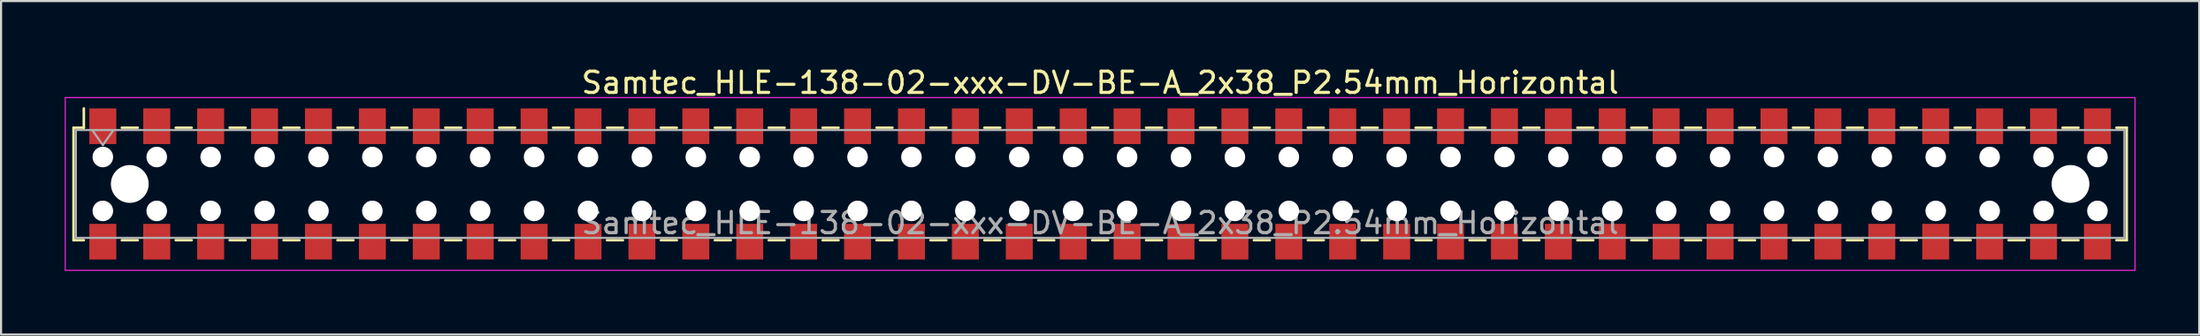
<source format=kicad_pcb>
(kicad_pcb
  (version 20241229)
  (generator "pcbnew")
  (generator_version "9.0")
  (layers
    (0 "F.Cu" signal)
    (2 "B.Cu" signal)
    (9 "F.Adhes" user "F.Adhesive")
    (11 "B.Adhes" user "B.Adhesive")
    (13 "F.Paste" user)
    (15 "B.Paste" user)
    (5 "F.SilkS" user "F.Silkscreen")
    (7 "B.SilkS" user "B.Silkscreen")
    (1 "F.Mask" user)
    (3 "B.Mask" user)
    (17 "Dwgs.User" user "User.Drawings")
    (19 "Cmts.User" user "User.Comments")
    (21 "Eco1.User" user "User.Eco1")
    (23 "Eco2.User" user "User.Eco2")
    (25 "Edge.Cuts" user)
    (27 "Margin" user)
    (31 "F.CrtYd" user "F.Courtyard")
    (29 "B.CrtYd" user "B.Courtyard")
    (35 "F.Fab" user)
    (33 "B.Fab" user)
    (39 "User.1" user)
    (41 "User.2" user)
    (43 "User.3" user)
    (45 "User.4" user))
  (footprint "Samtec_HLE-138-02-xxx-DV-BE-A_2x38_P2.54mm_Horizontal"
    (layer "F.Cu")
    (at 48.785 5.618)
    (property "Reference" "Samtec_HLE-138-02-xxx-DV-BE-A_2x38_P2.54mm_Horizontal" (at 0 -4.77 0) (layer "F.SilkS") (effects (font (size 1 1) (thickness 0.15))))
    (attr smd)
    (fp_line (start -48.37 -2.65) (end -48.37 2.65) (stroke (width 0.12) (type solid)) (layer "F.SilkS"))
    (fp_line (start -48.37 2.65) (end -47.885 2.65) (stroke (width 0.12) (type solid)) (layer "F.SilkS"))
    (fp_line (start -47.885 -3.56) (end -47.885 -2.65) (stroke (width 0.12) (type solid)) (layer "F.SilkS"))
    (fp_line (start -47.885 -2.65) (end -48.37 -2.65) (stroke (width 0.12) (type solid)) (layer "F.SilkS"))
    (fp_line (start -46.095 -2.65) (end -45.345 -2.65) (stroke (width 0.12) (type solid)) (layer "F.SilkS"))
    (fp_line (start -46.095 2.65) (end -45.345 2.65) (stroke (width 0.12) (type solid)) (layer "F.SilkS"))
    (fp_line (start -43.555 -2.65) (end -42.805 -2.65) (stroke (width 0.12) (type solid)) (layer "F.SilkS"))
    (fp_line (start -43.555 2.65) (end -42.805 2.65) (stroke (width 0.12) (type solid)) (layer "F.SilkS"))
    (fp_line (start -41.015 -2.65) (end -40.265 -2.65) (stroke (width 0.12) (type solid)) (layer "F.SilkS"))
    (fp_line (start -41.015 2.65) (end -40.265 2.65) (stroke (width 0.12) (type solid)) (layer "F.SilkS"))
    (fp_line (start -38.475 -2.65) (end -37.725 -2.65) (stroke (width 0.12) (type solid)) (layer "F.SilkS"))
    (fp_line (start -38.475 2.65) (end -37.725 2.65) (stroke (width 0.12) (type solid)) (layer "F.SilkS"))
    (fp_line (start -35.935 -2.65) (end -35.185 -2.65) (stroke (width 0.12) (type solid)) (layer "F.SilkS"))
    (fp_line (start -35.935 2.65) (end -35.185 2.65) (stroke (width 0.12) (type solid)) (layer "F.SilkS"))
    (fp_line (start -33.395 -2.65) (end -32.645 -2.65) (stroke (width 0.12) (type solid)) (layer "F.SilkS"))
    (fp_line (start -33.395 2.65) (end -32.645 2.65) (stroke (width 0.12) (type solid)) (layer "F.SilkS"))
    (fp_line (start -30.855 -2.65) (end -30.105 -2.65) (stroke (width 0.12) (type solid)) (layer "F.SilkS"))
    (fp_line (start -30.855 2.65) (end -30.105 2.65) (stroke (width 0.12) (type solid)) (layer "F.SilkS"))
    (fp_line (start -28.315 -2.65) (end -27.565 -2.65) (stroke (width 0.12) (type solid)) (layer "F.SilkS"))
    (fp_line (start -28.315 2.65) (end -27.565 2.65) (stroke (width 0.12) (type solid)) (layer "F.SilkS"))
    (fp_line (start -25.775 -2.65) (end -25.025 -2.65) (stroke (width 0.12) (type solid)) (layer "F.SilkS"))
    (fp_line (start -25.775 2.65) (end -25.025 2.65) (stroke (width 0.12) (type solid)) (layer "F.SilkS"))
    (fp_line (start -23.235 -2.65) (end -22.485 -2.65) (stroke (width 0.12) (type solid)) (layer "F.SilkS"))
    (fp_line (start -23.235 2.65) (end -22.485 2.65) (stroke (width 0.12) (type solid)) (layer "F.SilkS"))
    (fp_line (start -20.695 -2.65) (end -19.945 -2.65) (stroke (width 0.12) (type solid)) (layer "F.SilkS"))
    (fp_line (start -20.695 2.65) (end -19.945 2.65) (stroke (width 0.12) (type solid)) (layer "F.SilkS"))
    (fp_line (start -18.155 -2.65) (end -17.405 -2.65) (stroke (width 0.12) (type solid)) (layer "F.SilkS"))
    (fp_line (start -18.155 2.65) (end -17.405 2.65) (stroke (width 0.12) (type solid)) (layer "F.SilkS"))
    (fp_line (start -15.615 -2.65) (end -14.865 -2.65) (stroke (width 0.12) (type solid)) (layer "F.SilkS"))
    (fp_line (start -15.615 2.65) (end -14.865 2.65) (stroke (width 0.12) (type solid)) (layer "F.SilkS"))
    (fp_line (start -13.075 -2.65) (end -12.325 -2.65) (stroke (width 0.12) (type solid)) (layer "F.SilkS"))
    (fp_line (start -13.075 2.65) (end -12.325 2.65) (stroke (width 0.12) (type solid)) (layer "F.SilkS"))
    (fp_line (start -10.535 -2.65) (end -9.785 -2.65) (stroke (width 0.12) (type solid)) (layer "F.SilkS"))
    (fp_line (start -10.535 2.65) (end -9.785 2.65) (stroke (width 0.12) (type solid)) (layer "F.SilkS"))
    (fp_line (start -7.995 -2.65) (end -7.245 -2.65) (stroke (width 0.12) (type solid)) (layer "F.SilkS"))
    (fp_line (start -7.995 2.65) (end -7.245 2.65) (stroke (width 0.12) (type solid)) (layer "F.SilkS"))
    (fp_line (start -5.455 -2.65) (end -4.705 -2.65) (stroke (width 0.12) (type solid)) (layer "F.SilkS"))
    (fp_line (start -5.455 2.65) (end -4.705 2.65) (stroke (width 0.12) (type solid)) (layer "F.SilkS"))
    (fp_line (start -2.915 -2.65) (end -2.165 -2.65) (stroke (width 0.12) (type solid)) (layer "F.SilkS"))
    (fp_line (start -2.915 2.65) (end -2.165 2.65) (stroke (width 0.12) (type solid)) (layer "F.SilkS"))
    (fp_line (start -0.375 -2.65) (end 0.375 -2.65) (stroke (width 0.12) (type solid)) (layer "F.SilkS"))
    (fp_line (start -0.375 2.65) (end 0.375 2.65) (stroke (width 0.12) (type solid)) (layer "F.SilkS"))
    (fp_line (start 2.165 -2.65) (end 2.915 -2.65) (stroke (width 0.12) (type solid)) (layer "F.SilkS"))
    (fp_line (start 2.165 2.65) (end 2.915 2.65) (stroke (width 0.12) (type solid)) (layer "F.SilkS"))
    (fp_line (start 4.705 -2.65) (end 5.455 -2.65) (stroke (width 0.12) (type solid)) (layer "F.SilkS"))
    (fp_line (start 4.705 2.65) (end 5.455 2.65) (stroke (width 0.12) (type solid)) (layer "F.SilkS"))
    (fp_line (start 7.245 -2.65) (end 7.995 -2.65) (stroke (width 0.12) (type solid)) (layer "F.SilkS"))
    (fp_line (start 7.245 2.65) (end 7.995 2.65) (stroke (width 0.12) (type solid)) (layer "F.SilkS"))
    (fp_line (start 9.785 -2.65) (end 10.535 -2.65) (stroke (width 0.12) (type solid)) (layer "F.SilkS"))
    (fp_line (start 9.785 2.65) (end 10.535 2.65) (stroke (width 0.12) (type solid)) (layer "F.SilkS"))
    (fp_line (start 12.325 -2.65) (end 13.075 -2.65) (stroke (width 0.12) (type solid)) (layer "F.SilkS"))
    (fp_line (start 12.325 2.65) (end 13.075 2.65) (stroke (width 0.12) (type solid)) (layer "F.SilkS"))
    (fp_line (start 14.865 -2.65) (end 15.615 -2.65) (stroke (width 0.12) (type solid)) (layer "F.SilkS"))
    (fp_line (start 14.865 2.65) (end 15.615 2.65) (stroke (width 0.12) (type solid)) (layer "F.SilkS"))
    (fp_line (start 17.405 -2.65) (end 18.155 -2.65) (stroke (width 0.12) (type solid)) (layer "F.SilkS"))
    (fp_line (start 17.405 2.65) (end 18.155 2.65) (stroke (width 0.12) (type solid)) (layer "F.SilkS"))
    (fp_line (start 19.945 -2.65) (end 20.695 -2.65) (stroke (width 0.12) (type solid)) (layer "F.SilkS"))
    (fp_line (start 19.945 2.65) (end 20.695 2.65) (stroke (width 0.12) (type solid)) (layer "F.SilkS"))
    (fp_line (start 22.485 -2.65) (end 23.235 -2.65) (stroke (width 0.12) (type solid)) (layer "F.SilkS"))
    (fp_line (start 22.485 2.65) (end 23.235 2.65) (stroke (width 0.12) (type solid)) (layer "F.SilkS"))
    (fp_line (start 25.025 -2.65) (end 25.775 -2.65) (stroke (width 0.12) (type solid)) (layer "F.SilkS"))
    (fp_line (start 25.025 2.65) (end 25.775 2.65) (stroke (width 0.12) (type solid)) (layer "F.SilkS"))
    (fp_line (start 27.565 -2.65) (end 28.315 -2.65) (stroke (width 0.12) (type solid)) (layer "F.SilkS"))
    (fp_line (start 27.565 2.65) (end 28.315 2.65) (stroke (width 0.12) (type solid)) (layer "F.SilkS"))
    (fp_line (start 30.105 -2.65) (end 30.855 -2.65) (stroke (width 0.12) (type solid)) (layer "F.SilkS"))
    (fp_line (start 30.105 2.65) (end 30.855 2.65) (stroke (width 0.12) (type solid)) (layer "F.SilkS"))
    (fp_line (start 32.645 -2.65) (end 33.395 -2.65) (stroke (width 0.12) (type solid)) (layer "F.SilkS"))
    (fp_line (start 32.645 2.65) (end 33.395 2.65) (stroke (width 0.12) (type solid)) (layer "F.SilkS"))
    (fp_line (start 35.185 -2.65) (end 35.935 -2.65) (stroke (width 0.12) (type solid)) (layer "F.SilkS"))
    (fp_line (start 35.185 2.65) (end 35.935 2.65) (stroke (width 0.12) (type solid)) (layer "F.SilkS"))
    (fp_line (start 37.725 -2.65) (end 38.475 -2.65) (stroke (width 0.12) (type solid)) (layer "F.SilkS"))
    (fp_line (start 37.725 2.65) (end 38.475 2.65) (stroke (width 0.12) (type solid)) (layer "F.SilkS"))
    (fp_line (start 40.265 -2.65) (end 41.015 -2.65) (stroke (width 0.12) (type solid)) (layer "F.SilkS"))
    (fp_line (start 40.265 2.65) (end 41.015 2.65) (stroke (width 0.12) (type solid)) (layer "F.SilkS"))
    (fp_line (start 42.805 -2.65) (end 43.555 -2.65) (stroke (width 0.12) (type solid)) (layer "F.SilkS"))
    (fp_line (start 42.805 2.65) (end 43.555 2.65) (stroke (width 0.12) (type solid)) (layer "F.SilkS"))
    (fp_line (start 45.345 -2.65) (end 46.095 -2.65) (stroke (width 0.12) (type solid)) (layer "F.SilkS"))
    (fp_line (start 45.345 2.65) (end 46.095 2.65) (stroke (width 0.12) (type solid)) (layer "F.SilkS"))
    (fp_line (start 47.885 -2.65) (end 48.37 -2.65) (stroke (width 0.12) (type solid)) (layer "F.SilkS"))
    (fp_line (start 48.37 -2.65) (end 48.37 2.65) (stroke (width 0.12) (type solid)) (layer "F.SilkS"))
    (fp_line (start 48.37 2.65) (end 47.885 2.65) (stroke (width 0.12) (type solid)) (layer "F.SilkS"))
    (fp_line (start -48.76 -4.07) (end 48.76 -4.07) (stroke (width 0.05) (type solid)) (layer "F.CrtYd"))
    (fp_line (start -48.76 4.07) (end -48.76 -4.07) (stroke (width 0.05) (type solid)) (layer "F.CrtYd"))
    (fp_line (start 48.76 -4.07) (end 48.76 4.07) (stroke (width 0.05) (type solid)) (layer "F.CrtYd"))
    (fp_line (start 48.76 4.07) (end -48.76 4.07) (stroke (width 0.05) (type solid)) (layer "F.CrtYd"))
    (fp_line (start -48.26 -2.54) (end 48.26 -2.54) (stroke (width 0.1) (type solid)) (layer "F.Fab"))
    (fp_line (start -48.26 2.54) (end -48.26 -2.54) (stroke (width 0.1) (type solid)) (layer "F.Fab"))
    (fp_line (start -47.49 -2.54) (end -46.99 -1.833) (stroke (width 0.1) (type solid)) (layer "F.Fab"))
    (fp_line (start -46.99 -1.833) (end -46.49 -2.54) (stroke (width 0.1) (type solid)) (layer "F.Fab"))
    (fp_line (start 48.26 -2.54) (end 48.26 2.54) (stroke (width 0.1) (type solid)) (layer "F.Fab"))
    (fp_line (start 48.26 2.54) (end -48.26 2.54) (stroke (width 0.1) (type solid)) (layer "F.Fab"))
    (fp_text user "${REFERENCE}" (at 0 1.84 0) (layer "F.Fab") (effects (font (size 1 1) (thickness 0.15))))
    (pad "" np_thru_hole circle (at -46.99 -1.27) (size 0.97 0.97) (drill 0.97) (layers "*.Cu" "*.Mask"))
    (pad "" np_thru_hole circle (at -46.99 1.27) (size 0.97 0.97) (drill 0.97) (layers "*.Cu" "*.Mask"))
    (pad "" np_thru_hole circle (at -45.72 0) (size 1.78 1.78) (drill 1.78) (layers "*.Cu" "*.Mask"))
    (pad "" np_thru_hole circle (at -44.45 -1.27) (size 0.97 0.97) (drill 0.97) (layers "*.Cu" "*.Mask"))
    (pad "" np_thru_hole circle (at -44.45 1.27) (size 0.97 0.97) (drill 0.97) (layers "*.Cu" "*.Mask"))
    (pad "" np_thru_hole circle (at -41.91 -1.27) (size 0.97 0.97) (drill 0.97) (layers "*.Cu" "*.Mask"))
    (pad "" np_thru_hole circle (at -41.91 1.27) (size 0.97 0.97) (drill 0.97) (layers "*.Cu" "*.Mask"))
    (pad "" np_thru_hole circle (at -39.37 -1.27) (size 0.97 0.97) (drill 0.97) (layers "*.Cu" "*.Mask"))
    (pad "" np_thru_hole circle (at -39.37 1.27) (size 0.97 0.97) (drill 0.97) (layers "*.Cu" "*.Mask"))
    (pad "" np_thru_hole circle (at -36.83 -1.27) (size 0.97 0.97) (drill 0.97) (layers "*.Cu" "*.Mask"))
    (pad "" np_thru_hole circle (at -36.83 1.27) (size 0.97 0.97) (drill 0.97) (layers "*.Cu" "*.Mask"))
    (pad "" np_thru_hole circle (at -34.29 -1.27) (size 0.97 0.97) (drill 0.97) (layers "*.Cu" "*.Mask"))
    (pad "" np_thru_hole circle (at -34.29 1.27) (size 0.97 0.97) (drill 0.97) (layers "*.Cu" "*.Mask"))
    (pad "" np_thru_hole circle (at -31.75 -1.27) (size 0.97 0.97) (drill 0.97) (layers "*.Cu" "*.Mask"))
    (pad "" np_thru_hole circle (at -31.75 1.27) (size 0.97 0.97) (drill 0.97) (layers "*.Cu" "*.Mask"))
    (pad "" np_thru_hole circle (at -29.21 -1.27) (size 0.97 0.97) (drill 0.97) (layers "*.Cu" "*.Mask"))
    (pad "" np_thru_hole circle (at -29.21 1.27) (size 0.97 0.97) (drill 0.97) (layers "*.Cu" "*.Mask"))
    (pad "" np_thru_hole circle (at -26.67 -1.27) (size 0.97 0.97) (drill 0.97) (layers "*.Cu" "*.Mask"))
    (pad "" np_thru_hole circle (at -26.67 1.27) (size 0.97 0.97) (drill 0.97) (layers "*.Cu" "*.Mask"))
    (pad "" np_thru_hole circle (at -24.13 -1.27) (size 0.97 0.97) (drill 0.97) (layers "*.Cu" "*.Mask"))
    (pad "" np_thru_hole circle (at -24.13 1.27) (size 0.97 0.97) (drill 0.97) (layers "*.Cu" "*.Mask"))
    (pad "" np_thru_hole circle (at -21.59 -1.27) (size 0.97 0.97) (drill 0.97) (layers "*.Cu" "*.Mask"))
    (pad "" np_thru_hole circle (at -21.59 1.27) (size 0.97 0.97) (drill 0.97) (layers "*.Cu" "*.Mask"))
    (pad "" np_thru_hole circle (at -19.05 -1.27) (size 0.97 0.97) (drill 0.97) (layers "*.Cu" "*.Mask"))
    (pad "" np_thru_hole circle (at -19.05 1.27) (size 0.97 0.97) (drill 0.97) (layers "*.Cu" "*.Mask"))
    (pad "" np_thru_hole circle (at -16.51 -1.27) (size 0.97 0.97) (drill 0.97) (layers "*.Cu" "*.Mask"))
    (pad "" np_thru_hole circle (at -16.51 1.27) (size 0.97 0.97) (drill 0.97) (layers "*.Cu" "*.Mask"))
    (pad "" np_thru_hole circle (at -13.97 -1.27) (size 0.97 0.97) (drill 0.97) (layers "*.Cu" "*.Mask"))
    (pad "" np_thru_hole circle (at -13.97 1.27) (size 0.97 0.97) (drill 0.97) (layers "*.Cu" "*.Mask"))
    (pad "" np_thru_hole circle (at -11.43 -1.27) (size 0.97 0.97) (drill 0.97) (layers "*.Cu" "*.Mask"))
    (pad "" np_thru_hole circle (at -11.43 1.27) (size 0.97 0.97) (drill 0.97) (layers "*.Cu" "*.Mask"))
    (pad "" np_thru_hole circle (at -8.89 -1.27) (size 0.97 0.97) (drill 0.97) (layers "*.Cu" "*.Mask"))
    (pad "" np_thru_hole circle (at -8.89 1.27) (size 0.97 0.97) (drill 0.97) (layers "*.Cu" "*.Mask"))
    (pad "" np_thru_hole circle (at -6.35 -1.27) (size 0.97 0.97) (drill 0.97) (layers "*.Cu" "*.Mask"))
    (pad "" np_thru_hole circle (at -6.35 1.27) (size 0.97 0.97) (drill 0.97) (layers "*.Cu" "*.Mask"))
    (pad "" np_thru_hole circle (at -3.81 -1.27) (size 0.97 0.97) (drill 0.97) (layers "*.Cu" "*.Mask"))
    (pad "" np_thru_hole circle (at -3.81 1.27) (size 0.97 0.97) (drill 0.97) (layers "*.Cu" "*.Mask"))
    (pad "" np_thru_hole circle (at -1.27 -1.27) (size 0.97 0.97) (drill 0.97) (layers "*.Cu" "*.Mask"))
    (pad "" np_thru_hole circle (at -1.27 1.27) (size 0.97 0.97) (drill 0.97) (layers "*.Cu" "*.Mask"))
    (pad "" np_thru_hole circle (at 1.27 -1.27) (size 0.97 0.97) (drill 0.97) (layers "*.Cu" "*.Mask"))
    (pad "" np_thru_hole circle (at 1.27 1.27) (size 0.97 0.97) (drill 0.97) (layers "*.Cu" "*.Mask"))
    (pad "" np_thru_hole circle (at 3.81 -1.27) (size 0.97 0.97) (drill 0.97) (layers "*.Cu" "*.Mask"))
    (pad "" np_thru_hole circle (at 3.81 1.27) (size 0.97 0.97) (drill 0.97) (layers "*.Cu" "*.Mask"))
    (pad "" np_thru_hole circle (at 6.35 -1.27) (size 0.97 0.97) (drill 0.97) (layers "*.Cu" "*.Mask"))
    (pad "" np_thru_hole circle (at 6.35 1.27) (size 0.97 0.97) (drill 0.97) (layers "*.Cu" "*.Mask"))
    (pad "" np_thru_hole circle (at 8.89 -1.27) (size 0.97 0.97) (drill 0.97) (layers "*.Cu" "*.Mask"))
    (pad "" np_thru_hole circle (at 8.89 1.27) (size 0.97 0.97) (drill 0.97) (layers "*.Cu" "*.Mask"))
    (pad "" np_thru_hole circle (at 11.43 -1.27) (size 0.97 0.97) (drill 0.97) (layers "*.Cu" "*.Mask"))
    (pad "" np_thru_hole circle (at 11.43 1.27) (size 0.97 0.97) (drill 0.97) (layers "*.Cu" "*.Mask"))
    (pad "" np_thru_hole circle (at 13.97 -1.27) (size 0.97 0.97) (drill 0.97) (layers "*.Cu" "*.Mask"))
    (pad "" np_thru_hole circle (at 13.97 1.27) (size 0.97 0.97) (drill 0.97) (layers "*.Cu" "*.Mask"))
    (pad "" np_thru_hole circle (at 16.51 -1.27) (size 0.97 0.97) (drill 0.97) (layers "*.Cu" "*.Mask"))
    (pad "" np_thru_hole circle (at 16.51 1.27) (size 0.97 0.97) (drill 0.97) (layers "*.Cu" "*.Mask"))
    (pad "" np_thru_hole circle (at 19.05 -1.27) (size 0.97 0.97) (drill 0.97) (layers "*.Cu" "*.Mask"))
    (pad "" np_thru_hole circle (at 19.05 1.27) (size 0.97 0.97) (drill 0.97) (layers "*.Cu" "*.Mask"))
    (pad "" np_thru_hole circle (at 21.59 -1.27) (size 0.97 0.97) (drill 0.97) (layers "*.Cu" "*.Mask"))
    (pad "" np_thru_hole circle (at 21.59 1.27) (size 0.97 0.97) (drill 0.97) (layers "*.Cu" "*.Mask"))
    (pad "" np_thru_hole circle (at 24.13 -1.27) (size 0.97 0.97) (drill 0.97) (layers "*.Cu" "*.Mask"))
    (pad "" np_thru_hole circle (at 24.13 1.27) (size 0.97 0.97) (drill 0.97) (layers "*.Cu" "*.Mask"))
    (pad "" np_thru_hole circle (at 26.67 -1.27) (size 0.97 0.97) (drill 0.97) (layers "*.Cu" "*.Mask"))
    (pad "" np_thru_hole circle (at 26.67 1.27) (size 0.97 0.97) (drill 0.97) (layers "*.Cu" "*.Mask"))
    (pad "" np_thru_hole circle (at 29.21 -1.27) (size 0.97 0.97) (drill 0.97) (layers "*.Cu" "*.Mask"))
    (pad "" np_thru_hole circle (at 29.21 1.27) (size 0.97 0.97) (drill 0.97) (layers "*.Cu" "*.Mask"))
    (pad "" np_thru_hole circle (at 31.75 -1.27) (size 0.97 0.97) (drill 0.97) (layers "*.Cu" "*.Mask"))
    (pad "" np_thru_hole circle (at 31.75 1.27) (size 0.97 0.97) (drill 0.97) (layers "*.Cu" "*.Mask"))
    (pad "" np_thru_hole circle (at 34.29 -1.27) (size 0.97 0.97) (drill 0.97) (layers "*.Cu" "*.Mask"))
    (pad "" np_thru_hole circle (at 34.29 1.27) (size 0.97 0.97) (drill 0.97) (layers "*.Cu" "*.Mask"))
    (pad "" np_thru_hole circle (at 36.83 -1.27) (size 0.97 0.97) (drill 0.97) (layers "*.Cu" "*.Mask"))
    (pad "" np_thru_hole circle (at 36.83 1.27) (size 0.97 0.97) (drill 0.97) (layers "*.Cu" "*.Mask"))
    (pad "" np_thru_hole circle (at 39.37 -1.27) (size 0.97 0.97) (drill 0.97) (layers "*.Cu" "*.Mask"))
    (pad "" np_thru_hole circle (at 39.37 1.27) (size 0.97 0.97) (drill 0.97) (layers "*.Cu" "*.Mask"))
    (pad "" np_thru_hole circle (at 41.91 -1.27) (size 0.97 0.97) (drill 0.97) (layers "*.Cu" "*.Mask"))
    (pad "" np_thru_hole circle (at 41.91 1.27) (size 0.97 0.97) (drill 0.97) (layers "*.Cu" "*.Mask"))
    (pad "" np_thru_hole circle (at 44.45 -1.27) (size 0.97 0.97) (drill 0.97) (layers "*.Cu" "*.Mask"))
    (pad "" np_thru_hole circle (at 44.45 1.27) (size 0.97 0.97) (drill 0.97) (layers "*.Cu" "*.Mask"))
    (pad "" np_thru_hole circle (at 45.72 0) (size 1.78 1.78) (drill 1.78) (layers "*.Cu" "*.Mask"))
    (pad "" np_thru_hole circle (at 46.99 -1.27) (size 0.97 0.97) (drill 0.97) (layers "*.Cu" "*.Mask"))
    (pad "" np_thru_hole circle (at 46.99 1.27) (size 0.97 0.97) (drill 0.97) (layers "*.Cu" "*.Mask"))
    (pad "1" smd rect (at -46.99 -2.72) (size 1.27 1.68) (layers "F.Cu" "F.Mask" "F.Paste"))
    (pad "2" smd rect (at -46.99 2.72) (size 1.27 1.68) (layers "F.Cu" "F.Mask" "F.Paste"))
    (pad "3" smd rect (at -44.45 -2.72) (size 1.27 1.68) (layers "F.Cu" "F.Mask" "F.Paste"))
    (pad "4" smd rect (at -44.45 2.72) (size 1.27 1.68) (layers "F.Cu" "F.Mask" "F.Paste"))
    (pad "5" smd rect (at -41.91 -2.72) (size 1.27 1.68) (layers "F.Cu" "F.Mask" "F.Paste"))
    (pad "6" smd rect (at -41.91 2.72) (size 1.27 1.68) (layers "F.Cu" "F.Mask" "F.Paste"))
    (pad "7" smd rect (at -39.37 -2.72) (size 1.27 1.68) (layers "F.Cu" "F.Mask" "F.Paste"))
    (pad "8" smd rect (at -39.37 2.72) (size 1.27 1.68) (layers "F.Cu" "F.Mask" "F.Paste"))
    (pad "9" smd rect (at -36.83 -2.72) (size 1.27 1.68) (layers "F.Cu" "F.Mask" "F.Paste"))
    (pad "10" smd rect (at -36.83 2.72) (size 1.27 1.68) (layers "F.Cu" "F.Mask" "F.Paste"))
    (pad "11" smd rect (at -34.29 -2.72) (size 1.27 1.68) (layers "F.Cu" "F.Mask" "F.Paste"))
    (pad "12" smd rect (at -34.29 2.72) (size 1.27 1.68) (layers "F.Cu" "F.Mask" "F.Paste"))
    (pad "13" smd rect (at -31.75 -2.72) (size 1.27 1.68) (layers "F.Cu" "F.Mask" "F.Paste"))
    (pad "14" smd rect (at -31.75 2.72) (size 1.27 1.68) (layers "F.Cu" "F.Mask" "F.Paste"))
    (pad "15" smd rect (at -29.21 -2.72) (size 1.27 1.68) (layers "F.Cu" "F.Mask" "F.Paste"))
    (pad "16" smd rect (at -29.21 2.72) (size 1.27 1.68) (layers "F.Cu" "F.Mask" "F.Paste"))
    (pad "17" smd rect (at -26.67 -2.72) (size 1.27 1.68) (layers "F.Cu" "F.Mask" "F.Paste"))
    (pad "18" smd rect (at -26.67 2.72) (size 1.27 1.68) (layers "F.Cu" "F.Mask" "F.Paste"))
    (pad "19" smd rect (at -24.13 -2.72) (size 1.27 1.68) (layers "F.Cu" "F.Mask" "F.Paste"))
    (pad "20" smd rect (at -24.13 2.72) (size 1.27 1.68) (layers "F.Cu" "F.Mask" "F.Paste"))
    (pad "21" smd rect (at -21.59 -2.72) (size 1.27 1.68) (layers "F.Cu" "F.Mask" "F.Paste"))
    (pad "22" smd rect (at -21.59 2.72) (size 1.27 1.68) (layers "F.Cu" "F.Mask" "F.Paste"))
    (pad "23" smd rect (at -19.05 -2.72) (size 1.27 1.68) (layers "F.Cu" "F.Mask" "F.Paste"))
    (pad "24" smd rect (at -19.05 2.72) (size 1.27 1.68) (layers "F.Cu" "F.Mask" "F.Paste"))
    (pad "25" smd rect (at -16.51 -2.72) (size 1.27 1.68) (layers "F.Cu" "F.Mask" "F.Paste"))
    (pad "26" smd rect (at -16.51 2.72) (size 1.27 1.68) (layers "F.Cu" "F.Mask" "F.Paste"))
    (pad "27" smd rect (at -13.97 -2.72) (size 1.27 1.68) (layers "F.Cu" "F.Mask" "F.Paste"))
    (pad "28" smd rect (at -13.97 2.72) (size 1.27 1.68) (layers "F.Cu" "F.Mask" "F.Paste"))
    (pad "29" smd rect (at -11.43 -2.72) (size 1.27 1.68) (layers "F.Cu" "F.Mask" "F.Paste"))
    (pad "30" smd rect (at -11.43 2.72) (size 1.27 1.68) (layers "F.Cu" "F.Mask" "F.Paste"))
    (pad "31" smd rect (at -8.89 -2.72) (size 1.27 1.68) (layers "F.Cu" "F.Mask" "F.Paste"))
    (pad "32" smd rect (at -8.89 2.72) (size 1.27 1.68) (layers "F.Cu" "F.Mask" "F.Paste"))
    (pad "33" smd rect (at -6.35 -2.72) (size 1.27 1.68) (layers "F.Cu" "F.Mask" "F.Paste"))
    (pad "34" smd rect (at -6.35 2.72) (size 1.27 1.68) (layers "F.Cu" "F.Mask" "F.Paste"))
    (pad "35" smd rect (at -3.81 -2.72) (size 1.27 1.68) (layers "F.Cu" "F.Mask" "F.Paste"))
    (pad "36" smd rect (at -3.81 2.72) (size 1.27 1.68) (layers "F.Cu" "F.Mask" "F.Paste"))
    (pad "37" smd rect (at -1.27 -2.72) (size 1.27 1.68) (layers "F.Cu" "F.Mask" "F.Paste"))
    (pad "38" smd rect (at -1.27 2.72) (size 1.27 1.68) (layers "F.Cu" "F.Mask" "F.Paste"))
    (pad "39" smd rect (at 1.27 -2.72) (size 1.27 1.68) (layers "F.Cu" "F.Mask" "F.Paste"))
    (pad "40" smd rect (at 1.27 2.72) (size 1.27 1.68) (layers "F.Cu" "F.Mask" "F.Paste"))
    (pad "41" smd rect (at 3.81 -2.72) (size 1.27 1.68) (layers "F.Cu" "F.Mask" "F.Paste"))
    (pad "42" smd rect (at 3.81 2.72) (size 1.27 1.68) (layers "F.Cu" "F.Mask" "F.Paste"))
    (pad "43" smd rect (at 6.35 -2.72) (size 1.27 1.68) (layers "F.Cu" "F.Mask" "F.Paste"))
    (pad "44" smd rect (at 6.35 2.72) (size 1.27 1.68) (layers "F.Cu" "F.Mask" "F.Paste"))
    (pad "45" smd rect (at 8.89 -2.72) (size 1.27 1.68) (layers "F.Cu" "F.Mask" "F.Paste"))
    (pad "46" smd rect (at 8.89 2.72) (size 1.27 1.68) (layers "F.Cu" "F.Mask" "F.Paste"))
    (pad "47" smd rect (at 11.43 -2.72) (size 1.27 1.68) (layers "F.Cu" "F.Mask" "F.Paste"))
    (pad "48" smd rect (at 11.43 2.72) (size 1.27 1.68) (layers "F.Cu" "F.Mask" "F.Paste"))
    (pad "49" smd rect (at 13.97 -2.72) (size 1.27 1.68) (layers "F.Cu" "F.Mask" "F.Paste"))
    (pad "50" smd rect (at 13.97 2.72) (size 1.27 1.68) (layers "F.Cu" "F.Mask" "F.Paste"))
    (pad "51" smd rect (at 16.51 -2.72) (size 1.27 1.68) (layers "F.Cu" "F.Mask" "F.Paste"))
    (pad "52" smd rect (at 16.51 2.72) (size 1.27 1.68) (layers "F.Cu" "F.Mask" "F.Paste"))
    (pad "53" smd rect (at 19.05 -2.72) (size 1.27 1.68) (layers "F.Cu" "F.Mask" "F.Paste"))
    (pad "54" smd rect (at 19.05 2.72) (size 1.27 1.68) (layers "F.Cu" "F.Mask" "F.Paste"))
    (pad "55" smd rect (at 21.59 -2.72) (size 1.27 1.68) (layers "F.Cu" "F.Mask" "F.Paste"))
    (pad "56" smd rect (at 21.59 2.72) (size 1.27 1.68) (layers "F.Cu" "F.Mask" "F.Paste"))
    (pad "57" smd rect (at 24.13 -2.72) (size 1.27 1.68) (layers "F.Cu" "F.Mask" "F.Paste"))
    (pad "58" smd rect (at 24.13 2.72) (size 1.27 1.68) (layers "F.Cu" "F.Mask" "F.Paste"))
    (pad "59" smd rect (at 26.67 -2.72) (size 1.27 1.68) (layers "F.Cu" "F.Mask" "F.Paste"))
    (pad "60" smd rect (at 26.67 2.72) (size 1.27 1.68) (layers "F.Cu" "F.Mask" "F.Paste"))
    (pad "61" smd rect (at 29.21 -2.72) (size 1.27 1.68) (layers "F.Cu" "F.Mask" "F.Paste"))
    (pad "62" smd rect (at 29.21 2.72) (size 1.27 1.68) (layers "F.Cu" "F.Mask" "F.Paste"))
    (pad "63" smd rect (at 31.75 -2.72) (size 1.27 1.68) (layers "F.Cu" "F.Mask" "F.Paste"))
    (pad "64" smd rect (at 31.75 2.72) (size 1.27 1.68) (layers "F.Cu" "F.Mask" "F.Paste"))
    (pad "65" smd rect (at 34.29 -2.72) (size 1.27 1.68) (layers "F.Cu" "F.Mask" "F.Paste"))
    (pad "66" smd rect (at 34.29 2.72) (size 1.27 1.68) (layers "F.Cu" "F.Mask" "F.Paste"))
    (pad "67" smd rect (at 36.83 -2.72) (size 1.27 1.68) (layers "F.Cu" "F.Mask" "F.Paste"))
    (pad "68" smd rect (at 36.83 2.72) (size 1.27 1.68) (layers "F.Cu" "F.Mask" "F.Paste"))
    (pad "69" smd rect (at 39.37 -2.72) (size 1.27 1.68) (layers "F.Cu" "F.Mask" "F.Paste"))
    (pad "70" smd rect (at 39.37 2.72) (size 1.27 1.68) (layers "F.Cu" "F.Mask" "F.Paste"))
    (pad "71" smd rect (at 41.91 -2.72) (size 1.27 1.68) (layers "F.Cu" "F.Mask" "F.Paste"))
    (pad "72" smd rect (at 41.91 2.72) (size 1.27 1.68) (layers "F.Cu" "F.Mask" "F.Paste"))
    (pad "73" smd rect (at 44.45 -2.72) (size 1.27 1.68) (layers "F.Cu" "F.Mask" "F.Paste"))
    (pad "74" smd rect (at 44.45 2.72) (size 1.27 1.68) (layers "F.Cu" "F.Mask" "F.Paste"))
    (pad "75" smd rect (at 46.99 -2.72) (size 1.27 1.68) (layers "F.Cu" "F.Mask" "F.Paste"))
    (pad "76" smd rect (at 46.99 2.72) (size 1.27 1.68) (layers "F.Cu" "F.Mask" "F.Paste")))
  (gr_rect
    (start -3 -3)
    (end 100.57 12.713)
    (stroke (width 0.1) (type default))
    (fill no)
    (layer "Edge.Cuts")))
</source>
